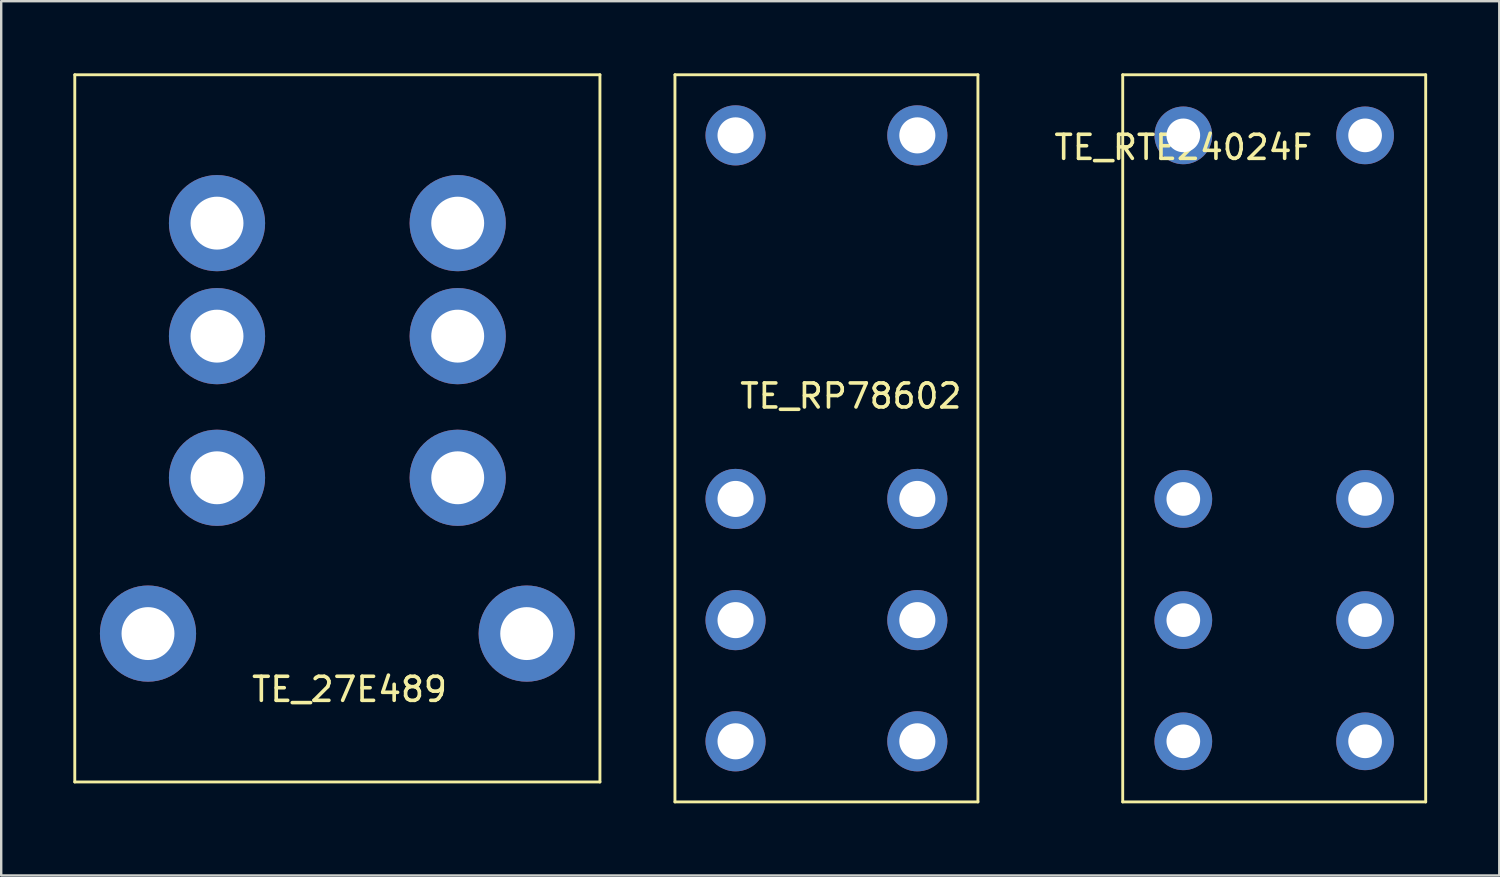
<source format=kicad_pcb>
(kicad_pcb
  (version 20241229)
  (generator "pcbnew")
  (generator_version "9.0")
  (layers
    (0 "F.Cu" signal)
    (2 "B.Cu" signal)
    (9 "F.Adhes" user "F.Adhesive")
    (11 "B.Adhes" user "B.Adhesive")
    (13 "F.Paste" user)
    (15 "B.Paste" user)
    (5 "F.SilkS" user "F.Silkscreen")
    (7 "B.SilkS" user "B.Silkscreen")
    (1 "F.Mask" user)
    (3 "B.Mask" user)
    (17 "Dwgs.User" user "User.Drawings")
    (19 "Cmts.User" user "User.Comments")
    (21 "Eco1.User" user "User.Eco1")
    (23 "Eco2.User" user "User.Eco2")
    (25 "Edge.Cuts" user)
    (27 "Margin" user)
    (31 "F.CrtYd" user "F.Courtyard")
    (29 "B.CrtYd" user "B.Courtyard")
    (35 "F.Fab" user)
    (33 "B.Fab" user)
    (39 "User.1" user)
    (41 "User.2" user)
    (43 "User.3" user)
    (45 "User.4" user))
  (footprint "TE_RP78602"
    (layer "F.Cu")
    (at 31.37 15.56)
    (property "Reference" "TE_RP78602" (at -3.73 -2.14 0) (layer "F.SilkS") (effects (font (size 1 1) (thickness 0.15)) (justify left)))
    (attr through_hole)
    (fp_line (start -6.35 -15.5) (end 6.25 -15.5) (stroke (width 0.12) (type solid)) (layer "F.SilkS"))
    (fp_line (start -6.35 14.74) (end -6.35 -15.5) (stroke (width 0.12) (type solid)) (layer "F.SilkS"))
    (fp_line (start 6.25 -15.5) (end 6.25 14.74) (stroke (width 0.12) (type solid)) (layer "F.SilkS"))
    (fp_line (start 6.25 14.74) (end -6.35 14.74) (stroke (width 0.12) (type solid)) (layer "F.SilkS"))
    (pad "1" thru_hole circle (at -3.83 2.14) (size 2.5 2.5) (drill 1.5) (layers "*.Cu" "*.Mask"))
    (pad "2" thru_hole circle (at 3.73 2.14) (size 2.5 2.5) (drill 1.5) (layers "*.Cu" "*.Mask"))
    (pad "3" thru_hole circle (at -3.83 12.22) (size 2.5 2.5) (drill 1.5) (layers "*.Cu" "*.Mask"))
    (pad "4" thru_hole circle (at 3.73 12.22) (size 2.5 2.5) (drill 1.5) (layers "*.Cu" "*.Mask"))
    (pad "5" thru_hole circle (at -3.83 7.18) (size 2.5 2.5) (drill 1.5) (layers "*.Cu" "*.Mask"))
    (pad "6" thru_hole circle (at 3.73 7.18) (size 2.5 2.5) (drill 1.5) (layers "*.Cu" "*.Mask"))
    (pad "A" thru_hole circle (at -3.83 -12.98) (size 2.5 2.5) (drill 1.5) (layers "*.Cu" "*.Mask"))
    (pad "B" thru_hole circle (at 3.73 -12.98) (size 2.5 2.5) (drill 1.5) (layers "*.Cu" "*.Mask")))
  (footprint "TE_27E489"
    (layer "F.Cu")
    (at 10.98 14.765)
    (property "Reference" "TE_27E489" (at 0.505 10.855 0) (layer "F.SilkS") (effects (font (size 1 1) (thickness 0.15))))
    (attr through_hole)
    (fp_line (start -10.92 -14.705) (end 10.92 -14.705) (stroke (width 0.12) (type solid)) (layer "F.SilkS"))
    (fp_line (start -10.92 14.705) (end -10.92 -14.705) (stroke (width 0.12) (type solid)) (layer "F.SilkS"))
    (fp_line (start -10.92 14.705) (end 10.92 14.705) (stroke (width 0.12) (type solid)) (layer "F.SilkS"))
    (fp_line (start 10.92 14.705) (end 10.92 -14.705) (stroke (width 0.12) (type solid)) (layer "F.SilkS"))
    (pad "1" thru_hole circle (at -5.005 -8.535) (size 4 4) (drill 2.2) (layers "*.Cu" "*.Mask"))
    (pad "2" thru_hole circle (at 5.005 -8.535) (size 4 4) (drill 2.2) (layers "*.Cu" "*.Mask"))
    (pad "3" thru_hole circle (at -5.005 -3.835) (size 4 4) (drill 2.2) (layers "*.Cu" "*.Mask"))
    (pad "4" thru_hole circle (at 5.005 -3.835) (size 4 4) (drill 2.2) (layers "*.Cu" "*.Mask"))
    (pad "5" thru_hole circle (at -5.005 2.055) (size 4 4) (drill 2.2) (layers "*.Cu" "*.Mask"))
    (pad "6" thru_hole circle (at 5.005 2.055) (size 4 4) (drill 2.2) (layers "*.Cu" "*.Mask"))
    (pad "A" thru_hole circle (at -7.875 8.535) (size 4 4) (drill 2.2) (layers "*.Cu" "*.Mask"))
    (pad "B" thru_hole circle (at 7.875 8.535) (size 4 4) (drill 2.2) (layers "*.Cu" "*.Mask")))
  (footprint "TE_RTE24024F"
    (layer "F.Cu")
    (at 46.162 2.58)
    (property "Reference" "TE_RTE24024F" (at 0 0.5 0) (layer "F.SilkS") (effects (font (size 1 1) (thickness 0.15))))
    (attr through_hole)
    (fp_line (start -2.52 -2.52) (end 10.08 -2.52) (stroke (width 0.12) (type solid)) (layer "F.SilkS"))
    (fp_line (start -2.52 27.72) (end -2.52 -2.52) (stroke (width 0.12) (type solid)) (layer "F.SilkS"))
    (fp_line (start 10.08 -2.52) (end 10.08 27.72) (stroke (width 0.12) (type solid)) (layer "F.SilkS"))
    (fp_line (start 10.08 27.72) (end -2.52 27.72) (stroke (width 0.12) (type solid)) (layer "F.SilkS"))
    (pad "1" thru_hole circle (at 0 15.12) (size 2.4 2.4) (drill 1.4) (layers "*.Cu" "*.Mask"))
    (pad "2" thru_hole circle (at 7.56 15.12) (size 2.4 2.4) (drill 1.4) (layers "*.Cu" "*.Mask"))
    (pad "3" thru_hole circle (at 0 25.2) (size 2.4 2.4) (drill 1.4) (layers "*.Cu" "*.Mask"))
    (pad "4" thru_hole circle (at 7.56 25.2) (size 2.4 2.4) (drill 1.4) (layers "*.Cu" "*.Mask"))
    (pad "5" thru_hole circle (at 0 20.16) (size 2.4 2.4) (drill 1.4) (layers "*.Cu" "*.Mask"))
    (pad "6" thru_hole circle (at 7.56 20.16) (size 2.4 2.4) (drill 1.4) (layers "*.Cu" "*.Mask"))
    (pad "A" thru_hole circle (at 0 0) (size 2.4 2.4) (drill 1.4) (layers "*.Cu" "*.Mask"))
    (pad "B" thru_hole circle (at 7.56 0) (size 2.4 2.4) (drill 1.4) (layers "*.Cu" "*.Mask")))
  (gr_rect
    (start -3 -3)
    (end 59.302 33.36)
    (stroke (width 0.1) (type default))
    (fill no)
    (layer "Edge.Cuts")))
</source>
